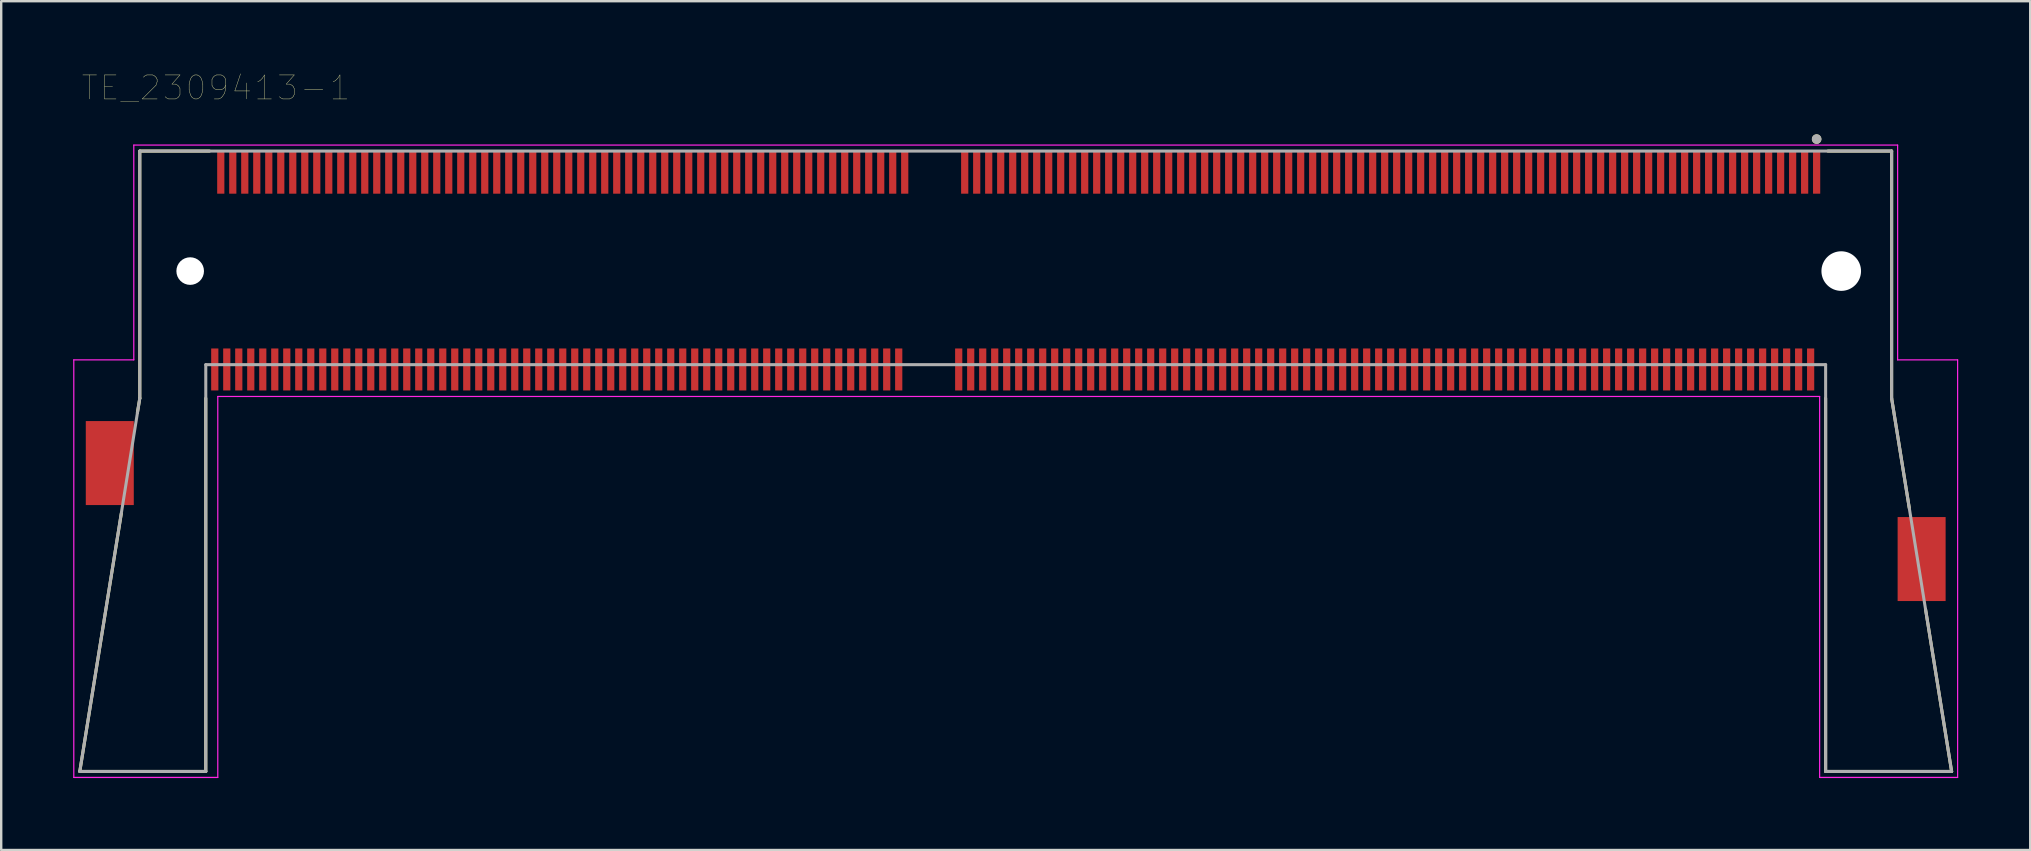
<source format=kicad_pcb>
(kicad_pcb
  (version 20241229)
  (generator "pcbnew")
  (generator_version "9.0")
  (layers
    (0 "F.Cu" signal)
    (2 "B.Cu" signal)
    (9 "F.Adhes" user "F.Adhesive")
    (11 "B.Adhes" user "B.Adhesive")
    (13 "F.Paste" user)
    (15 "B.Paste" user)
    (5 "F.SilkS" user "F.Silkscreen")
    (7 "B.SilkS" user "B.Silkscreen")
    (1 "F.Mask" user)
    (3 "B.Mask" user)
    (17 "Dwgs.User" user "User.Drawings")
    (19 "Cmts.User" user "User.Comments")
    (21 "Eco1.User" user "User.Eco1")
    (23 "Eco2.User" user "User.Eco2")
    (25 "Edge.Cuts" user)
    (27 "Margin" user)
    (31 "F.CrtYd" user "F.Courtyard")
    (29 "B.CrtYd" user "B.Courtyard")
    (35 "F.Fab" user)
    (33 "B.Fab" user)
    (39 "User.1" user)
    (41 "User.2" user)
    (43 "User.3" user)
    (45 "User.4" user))
  (footprint "TE_2309413-1"
    (layer "F.Cu")
    (at 35.775 8.246)
    (property "Reference" "TE_2309413-1" (at -29.825 -7.635 0) (layer "F.SilkS") (effects (font (size 1 1) (thickness 0.015))))
    (attr through_hole)
    (fp_line (start -35.5 20.85) (end -33.77 10.105) (stroke (width 0.127) (type solid)) (layer "F.SilkS"))
    (fp_line (start -35.5 20.85) (end -30.25 20.85) (stroke (width 0.127) (type solid)) (layer "F.SilkS"))
    (fp_line (start -33 -5) (end -33 5.3) (stroke (width 0.127) (type solid)) (layer "F.SilkS"))
    (fp_line (start -33 5.3) (end -33.1 5.9) (stroke (width 0.127) (type solid)) (layer "F.SilkS"))
    (fp_line (start -30.25 20.85) (end -30.25 5.3) (stroke (width 0.127) (type solid)) (layer "F.SilkS"))
    (fp_line (start -30.095 -5) (end -33 -5) (stroke (width 0.127) (type solid)) (layer "F.SilkS"))
    (fp_line (start 37.25 5.3) (end 37.25 20.85) (stroke (width 0.127) (type solid)) (layer "F.SilkS"))
    (fp_line (start 37.25 20.85) (end 42.5 20.85) (stroke (width 0.127) (type solid)) (layer "F.SilkS"))
    (fp_line (start 40 -5) (end 37.345 -5) (stroke (width 0.127) (type solid)) (layer "F.SilkS"))
    (fp_line (start 40 5.3) (end 40 -5) (stroke (width 0.127) (type solid)) (layer "F.SilkS"))
    (fp_line (start 40 5.3) (end 40.735 9.87) (stroke (width 0.127) (type solid)) (layer "F.SilkS"))
    (fp_line (start 42.5 20.85) (end 41.415 14.1) (stroke (width 0.127) (type solid)) (layer "F.SilkS"))
    (fp_circle (center 36.875 -5.5) (end 36.975 -5.5) (stroke (width 0.2) (type solid)) (fill no) (layer "F.SilkS"))
    (fp_line (start -35.75 3.7) (end -33.25 3.7) (stroke (width 0.05) (type solid)) (layer "F.CrtYd"))
    (fp_line (start -35.75 21.1) (end -35.75 3.7) (stroke (width 0.05) (type solid)) (layer "F.CrtYd"))
    (fp_line (start -33.25 -5.25) (end 40.25 -5.25) (stroke (width 0.05) (type solid)) (layer "F.CrtYd"))
    (fp_line (start -33.25 3.7) (end -33.25 -5.25) (stroke (width 0.05) (type solid)) (layer "F.CrtYd"))
    (fp_line (start -29.75 5.225) (end -29.75 21.1) (stroke (width 0.05) (type solid)) (layer "F.CrtYd"))
    (fp_line (start -29.75 21.1) (end -35.75 21.1) (stroke (width 0.05) (type solid)) (layer "F.CrtYd"))
    (fp_line (start 37 5.225) (end -29.75 5.225) (stroke (width 0.05) (type solid)) (layer "F.CrtYd"))
    (fp_line (start 37 21.1) (end 37 5.225) (stroke (width 0.05) (type solid)) (layer "F.CrtYd"))
    (fp_line (start 40.25 -5.25) (end 40.25 3.7) (stroke (width 0.05) (type solid)) (layer "F.CrtYd"))
    (fp_line (start 40.25 3.7) (end 42.75 3.7) (stroke (width 0.05) (type solid)) (layer "F.CrtYd"))
    (fp_line (start 42.75 3.7) (end 42.75 21.1) (stroke (width 0.05) (type solid)) (layer "F.CrtYd"))
    (fp_line (start 42.75 21.1) (end 37 21.1) (stroke (width 0.05) (type solid)) (layer "F.CrtYd"))
    (fp_line (start -35.5 20.85) (end -30.25 20.85) (stroke (width 0.127) (type solid)) (layer "F.Fab"))
    (fp_line (start -33 -5) (end -33 5.3) (stroke (width 0.127) (type solid)) (layer "F.Fab"))
    (fp_line (start -33 5.3) (end -35.5 20.85) (stroke (width 0.127) (type solid)) (layer "F.Fab"))
    (fp_line (start -30.25 3.9) (end 37.25 3.9) (stroke (width 0.127) (type solid)) (layer "F.Fab"))
    (fp_line (start -30.25 20.85) (end -30.25 3.9) (stroke (width 0.127) (type solid)) (layer "F.Fab"))
    (fp_line (start 37.25 3.9) (end 37.25 20.85) (stroke (width 0.127) (type solid)) (layer "F.Fab"))
    (fp_line (start 37.25 20.85) (end 42.5 20.85) (stroke (width 0.127) (type solid)) (layer "F.Fab"))
    (fp_line (start 40 -5) (end -33 -5) (stroke (width 0.127) (type solid)) (layer "F.Fab"))
    (fp_line (start 40 5.3) (end 40 -5) (stroke (width 0.127) (type solid)) (layer "F.Fab"))
    (fp_line (start 42.5 20.85) (end 40 5.3) (stroke (width 0.127) (type solid)) (layer "F.Fab"))
    (fp_circle (center 36.875 -5.5) (end 36.975 -5.5) (stroke (width 0.2) (type solid)) (fill no) (layer "F.Fab"))
    (pad "" np_thru_hole circle (at -30.9 0) (size 1.15 1.15) (drill 1.15) (layers "*.Cu" "*.Mask"))
    (pad "" np_thru_hole circle (at 37.9 0) (size 1.65 1.65) (drill 1.65) (layers "*.Cu" "*.Mask"))
    (pad "1" smd rect (at 36.875 -4.1) (size 0.3 1.75) (layers "F.Cu" "F.Mask" "F.Paste"))
    (pad "2" smd rect (at 36.625 4.1) (size 0.3 1.75) (layers "F.Cu" "F.Mask" "F.Paste"))
    (pad "3" smd rect (at 36.375 -4.1) (size 0.3 1.75) (layers "F.Cu" "F.Mask" "F.Paste"))
    (pad "4" smd rect (at 36.125 4.1) (size 0.3 1.75) (layers "F.Cu" "F.Mask" "F.Paste"))
    (pad "5" smd rect (at 35.875 -4.1) (size 0.3 1.75) (layers "F.Cu" "F.Mask" "F.Paste"))
    (pad "6" smd rect (at 35.625 4.1) (size 0.3 1.75) (layers "F.Cu" "F.Mask" "F.Paste"))
    (pad "7" smd rect (at 35.375 -4.1) (size 0.3 1.75) (layers "F.Cu" "F.Mask" "F.Paste"))
    (pad "8" smd rect (at 35.125 4.1) (size 0.3 1.75) (layers "F.Cu" "F.Mask" "F.Paste"))
    (pad "9" smd rect (at 34.875 -4.1) (size 0.3 1.75) (layers "F.Cu" "F.Mask" "F.Paste"))
    (pad "10" smd rect (at 34.625 4.1) (size 0.3 1.75) (layers "F.Cu" "F.Mask" "F.Paste"))
    (pad "11" smd rect (at 34.375 -4.1) (size 0.3 1.75) (layers "F.Cu" "F.Mask" "F.Paste"))
    (pad "12" smd rect (at 34.125 4.1) (size 0.3 1.75) (layers "F.Cu" "F.Mask" "F.Paste"))
    (pad "13" smd rect (at 33.875 -4.1) (size 0.3 1.75) (layers "F.Cu" "F.Mask" "F.Paste"))
    (pad "14" smd rect (at 33.625 4.1) (size 0.3 1.75) (layers "F.Cu" "F.Mask" "F.Paste"))
    (pad "15" smd rect (at 33.375 -4.1) (size 0.3 1.75) (layers "F.Cu" "F.Mask" "F.Paste"))
    (pad "16" smd rect (at 33.125 4.1) (size 0.3 1.75) (layers "F.Cu" "F.Mask" "F.Paste"))
    (pad "17" smd rect (at 32.875 -4.1) (size 0.3 1.75) (layers "F.Cu" "F.Mask" "F.Paste"))
    (pad "18" smd rect (at 32.625 4.1) (size 0.3 1.75) (layers "F.Cu" "F.Mask" "F.Paste"))
    (pad "19" smd rect (at 32.375 -4.1) (size 0.3 1.75) (layers "F.Cu" "F.Mask" "F.Paste"))
    (pad "20" smd rect (at 32.125 4.1) (size 0.3 1.75) (layers "F.Cu" "F.Mask" "F.Paste"))
    (pad "21" smd rect (at 31.875 -4.1) (size 0.3 1.75) (layers "F.Cu" "F.Mask" "F.Paste"))
    (pad "22" smd rect (at 31.625 4.1) (size 0.3 1.75) (layers "F.Cu" "F.Mask" "F.Paste"))
    (pad "23" smd rect (at 31.375 -4.1) (size 0.3 1.75) (layers "F.Cu" "F.Mask" "F.Paste"))
    (pad "24" smd rect (at 31.125 4.1) (size 0.3 1.75) (layers "F.Cu" "F.Mask" "F.Paste"))
    (pad "25" smd rect (at 30.875 -4.1) (size 0.3 1.75) (layers "F.Cu" "F.Mask" "F.Paste"))
    (pad "26" smd rect (at 30.625 4.1) (size 0.3 1.75) (layers "F.Cu" "F.Mask" "F.Paste"))
    (pad "27" smd rect (at 30.375 -4.1) (size 0.3 1.75) (layers "F.Cu" "F.Mask" "F.Paste"))
    (pad "28" smd rect (at 30.125 4.1) (size 0.3 1.75) (layers "F.Cu" "F.Mask" "F.Paste"))
    (pad "29" smd rect (at 29.875 -4.1) (size 0.3 1.75) (layers "F.Cu" "F.Mask" "F.Paste"))
    (pad "30" smd rect (at 29.625 4.1) (size 0.3 1.75) (layers "F.Cu" "F.Mask" "F.Paste"))
    (pad "31" smd rect (at 29.375 -4.1) (size 0.3 1.75) (layers "F.Cu" "F.Mask" "F.Paste"))
    (pad "32" smd rect (at 29.125 4.1) (size 0.3 1.75) (layers "F.Cu" "F.Mask" "F.Paste"))
    (pad "33" smd rect (at 28.875 -4.1) (size 0.3 1.75) (layers "F.Cu" "F.Mask" "F.Paste"))
    (pad "34" smd rect (at 28.625 4.1) (size 0.3 1.75) (layers "F.Cu" "F.Mask" "F.Paste"))
    (pad "35" smd rect (at 28.375 -4.1) (size 0.3 1.75) (layers "F.Cu" "F.Mask" "F.Paste"))
    (pad "36" smd rect (at 28.125 4.1) (size 0.3 1.75) (layers "F.Cu" "F.Mask" "F.Paste"))
    (pad "37" smd rect (at 27.875 -4.1) (size 0.3 1.75) (layers "F.Cu" "F.Mask" "F.Paste"))
    (pad "38" smd rect (at 27.625 4.1) (size 0.3 1.75) (layers "F.Cu" "F.Mask" "F.Paste"))
    (pad "39" smd rect (at 27.375 -4.1) (size 0.3 1.75) (layers "F.Cu" "F.Mask" "F.Paste"))
    (pad "40" smd rect (at 27.125 4.1) (size 0.3 1.75) (layers "F.Cu" "F.Mask" "F.Paste"))
    (pad "41" smd rect (at 26.875 -4.1) (size 0.3 1.75) (layers "F.Cu" "F.Mask" "F.Paste"))
    (pad "42" smd rect (at 26.625 4.1) (size 0.3 1.75) (layers "F.Cu" "F.Mask" "F.Paste"))
    (pad "43" smd rect (at 26.375 -4.1) (size 0.3 1.75) (layers "F.Cu" "F.Mask" "F.Paste"))
    (pad "44" smd rect (at 26.125 4.1) (size 0.3 1.75) (layers "F.Cu" "F.Mask" "F.Paste"))
    (pad "45" smd rect (at 25.875 -4.1) (size 0.3 1.75) (layers "F.Cu" "F.Mask" "F.Paste"))
    (pad "46" smd rect (at 25.625 4.1) (size 0.3 1.75) (layers "F.Cu" "F.Mask" "F.Paste"))
    (pad "47" smd rect (at 25.375 -4.1) (size 0.3 1.75) (layers "F.Cu" "F.Mask" "F.Paste"))
    (pad "48" smd rect (at 25.125 4.1) (size 0.3 1.75) (layers "F.Cu" "F.Mask" "F.Paste"))
    (pad "49" smd rect (at 24.875 -4.1) (size 0.3 1.75) (layers "F.Cu" "F.Mask" "F.Paste"))
    (pad "50" smd rect (at 24.625 4.1) (size 0.3 1.75) (layers "F.Cu" "F.Mask" "F.Paste"))
    (pad "51" smd rect (at 24.375 -4.1) (size 0.3 1.75) (layers "F.Cu" "F.Mask" "F.Paste"))
    (pad "52" smd rect (at 24.125 4.1) (size 0.3 1.75) (layers "F.Cu" "F.Mask" "F.Paste"))
    (pad "53" smd rect (at 23.875 -4.1) (size 0.3 1.75) (layers "F.Cu" "F.Mask" "F.Paste"))
    (pad "54" smd rect (at 23.625 4.1) (size 0.3 1.75) (layers "F.Cu" "F.Mask" "F.Paste"))
    (pad "55" smd rect (at 23.375 -4.1) (size 0.3 1.75) (layers "F.Cu" "F.Mask" "F.Paste"))
    (pad "56" smd rect (at 23.125 4.1) (size 0.3 1.75) (layers "F.Cu" "F.Mask" "F.Paste"))
    (pad "57" smd rect (at 22.875 -4.1) (size 0.3 1.75) (layers "F.Cu" "F.Mask" "F.Paste"))
    (pad "58" smd rect (at 22.625 4.1) (size 0.3 1.75) (layers "F.Cu" "F.Mask" "F.Paste"))
    (pad "59" smd rect (at 22.375 -4.1) (size 0.3 1.75) (layers "F.Cu" "F.Mask" "F.Paste"))
    (pad "60" smd rect (at 22.125 4.1) (size 0.3 1.75) (layers "F.Cu" "F.Mask" "F.Paste"))
    (pad "61" smd rect (at 21.875 -4.1) (size 0.3 1.75) (layers "F.Cu" "F.Mask" "F.Paste"))
    (pad "62" smd rect (at 21.625 4.1) (size 0.3 1.75) (layers "F.Cu" "F.Mask" "F.Paste"))
    (pad "63" smd rect (at 21.375 -4.1) (size 0.3 1.75) (layers "F.Cu" "F.Mask" "F.Paste"))
    (pad "64" smd rect (at 21.125 4.1) (size 0.3 1.75) (layers "F.Cu" "F.Mask" "F.Paste"))
    (pad "65" smd rect (at 20.875 -4.1) (size 0.3 1.75) (layers "F.Cu" "F.Mask" "F.Paste"))
    (pad "66" smd rect (at 20.625 4.1) (size 0.3 1.75) (layers "F.Cu" "F.Mask" "F.Paste"))
    (pad "67" smd rect (at 20.375 -4.1) (size 0.3 1.75) (layers "F.Cu" "F.Mask" "F.Paste"))
    (pad "68" smd rect (at 20.125 4.1) (size 0.3 1.75) (layers "F.Cu" "F.Mask" "F.Paste"))
    (pad "69" smd rect (at 19.875 -4.1) (size 0.3 1.75) (layers "F.Cu" "F.Mask" "F.Paste"))
    (pad "70" smd rect (at 19.625 4.1) (size 0.3 1.75) (layers "F.Cu" "F.Mask" "F.Paste"))
    (pad "71" smd rect (at 19.375 -4.1) (size 0.3 1.75) (layers "F.Cu" "F.Mask" "F.Paste"))
    (pad "72" smd rect (at 19.125 4.1) (size 0.3 1.75) (layers "F.Cu" "F.Mask" "F.Paste"))
    (pad "73" smd rect (at 18.875 -4.1) (size 0.3 1.75) (layers "F.Cu" "F.Mask" "F.Paste"))
    (pad "74" smd rect (at 18.625 4.1) (size 0.3 1.75) (layers "F.Cu" "F.Mask" "F.Paste"))
    (pad "75" smd rect (at 18.375 -4.1) (size 0.3 1.75) (layers "F.Cu" "F.Mask" "F.Paste"))
    (pad "76" smd rect (at 18.125 4.1) (size 0.3 1.75) (layers "F.Cu" "F.Mask" "F.Paste"))
    (pad "77" smd rect (at 17.875 -4.1) (size 0.3 1.75) (layers "F.Cu" "F.Mask" "F.Paste"))
    (pad "78" smd rect (at 17.625 4.1) (size 0.3 1.75) (layers "F.Cu" "F.Mask" "F.Paste"))
    (pad "79" smd rect (at 17.375 -4.1) (size 0.3 1.75) (layers "F.Cu" "F.Mask" "F.Paste"))
    (pad "80" smd rect (at 17.125 4.1) (size 0.3 1.75) (layers "F.Cu" "F.Mask" "F.Paste"))
    (pad "81" smd rect (at 16.875 -4.1) (size 0.3 1.75) (layers "F.Cu" "F.Mask" "F.Paste"))
    (pad "82" smd rect (at 16.625 4.1) (size 0.3 1.75) (layers "F.Cu" "F.Mask" "F.Paste"))
    (pad "83" smd rect (at 16.375 -4.1) (size 0.3 1.75) (layers "F.Cu" "F.Mask" "F.Paste"))
    (pad "84" smd rect (at 16.125 4.1) (size 0.3 1.75) (layers "F.Cu" "F.Mask" "F.Paste"))
    (pad "85" smd rect (at 15.875 -4.1) (size 0.3 1.75) (layers "F.Cu" "F.Mask" "F.Paste"))
    (pad "86" smd rect (at 15.625 4.1) (size 0.3 1.75) (layers "F.Cu" "F.Mask" "F.Paste"))
    (pad "87" smd rect (at 15.375 -4.1) (size 0.3 1.75) (layers "F.Cu" "F.Mask" "F.Paste"))
    (pad "88" smd rect (at 15.125 4.1) (size 0.3 1.75) (layers "F.Cu" "F.Mask" "F.Paste"))
    (pad "89" smd rect (at 14.875 -4.1) (size 0.3 1.75) (layers "F.Cu" "F.Mask" "F.Paste"))
    (pad "90" smd rect (at 14.625 4.1) (size 0.3 1.75) (layers "F.Cu" "F.Mask" "F.Paste"))
    (pad "91" smd rect (at 14.375 -4.1) (size 0.3 1.75) (layers "F.Cu" "F.Mask" "F.Paste"))
    (pad "92" smd rect (at 14.125 4.1) (size 0.3 1.75) (layers "F.Cu" "F.Mask" "F.Paste"))
    (pad "93" smd rect (at 13.875 -4.1) (size 0.3 1.75) (layers "F.Cu" "F.Mask" "F.Paste"))
    (pad "94" smd rect (at 13.625 4.1) (size 0.3 1.75) (layers "F.Cu" "F.Mask" "F.Paste"))
    (pad "95" smd rect (at 13.375 -4.1) (size 0.3 1.75) (layers "F.Cu" "F.Mask" "F.Paste"))
    (pad "96" smd rect (at 13.125 4.1) (size 0.3 1.75) (layers "F.Cu" "F.Mask" "F.Paste"))
    (pad "97" smd rect (at 12.875 -4.1) (size 0.3 1.75) (layers "F.Cu" "F.Mask" "F.Paste"))
    (pad "98" smd rect (at 12.625 4.1) (size 0.3 1.75) (layers "F.Cu" "F.Mask" "F.Paste"))
    (pad "99" smd rect (at 12.375 -4.1) (size 0.3 1.75) (layers "F.Cu" "F.Mask" "F.Paste"))
    (pad "100" smd rect (at 12.125 4.1) (size 0.3 1.75) (layers "F.Cu" "F.Mask" "F.Paste"))
    (pad "101" smd rect (at 11.875 -4.1) (size 0.3 1.75) (layers "F.Cu" "F.Mask" "F.Paste"))
    (pad "102" smd rect (at 11.625 4.1) (size 0.3 1.75) (layers "F.Cu" "F.Mask" "F.Paste"))
    (pad "103" smd rect (at 11.375 -4.1) (size 0.3 1.75) (layers "F.Cu" "F.Mask" "F.Paste"))
    (pad "104" smd rect (at 11.125 4.1) (size 0.3 1.75) (layers "F.Cu" "F.Mask" "F.Paste"))
    (pad "105" smd rect (at 10.875 -4.1) (size 0.3 1.75) (layers "F.Cu" "F.Mask" "F.Paste"))
    (pad "106" smd rect (at 10.625 4.1) (size 0.3 1.75) (layers "F.Cu" "F.Mask" "F.Paste"))
    (pad "107" smd rect (at 10.375 -4.1) (size 0.3 1.75) (layers "F.Cu" "F.Mask" "F.Paste"))
    (pad "108" smd rect (at 10.125 4.1) (size 0.3 1.75) (layers "F.Cu" "F.Mask" "F.Paste"))
    (pad "109" smd rect (at 9.875 -4.1) (size 0.3 1.75) (layers "F.Cu" "F.Mask" "F.Paste"))
    (pad "110" smd rect (at 9.625 4.1) (size 0.3 1.75) (layers "F.Cu" "F.Mask" "F.Paste"))
    (pad "111" smd rect (at 9.375 -4.1) (size 0.3 1.75) (layers "F.Cu" "F.Mask" "F.Paste"))
    (pad "112" smd rect (at 9.125 4.1) (size 0.3 1.75) (layers "F.Cu" "F.Mask" "F.Paste"))
    (pad "113" smd rect (at 8.875 -4.1) (size 0.3 1.75) (layers "F.Cu" "F.Mask" "F.Paste"))
    (pad "114" smd rect (at 8.625 4.1) (size 0.3 1.75) (layers "F.Cu" "F.Mask" "F.Paste"))
    (pad "115" smd rect (at 8.375 -4.1) (size 0.3 1.75) (layers "F.Cu" "F.Mask" "F.Paste"))
    (pad "116" smd rect (at 8.125 4.1) (size 0.3 1.75) (layers "F.Cu" "F.Mask" "F.Paste"))
    (pad "117" smd rect (at 7.875 -4.1) (size 0.3 1.75) (layers "F.Cu" "F.Mask" "F.Paste"))
    (pad "118" smd rect (at 7.625 4.1) (size 0.3 1.75) (layers "F.Cu" "F.Mask" "F.Paste"))
    (pad "119" smd rect (at 7.375 -4.1) (size 0.3 1.75) (layers "F.Cu" "F.Mask" "F.Paste"))
    (pad "120" smd rect (at 7.125 4.1) (size 0.3 1.75) (layers "F.Cu" "F.Mask" "F.Paste"))
    (pad "121" smd rect (at 6.875 -4.1) (size 0.3 1.75) (layers "F.Cu" "F.Mask" "F.Paste"))
    (pad "122" smd rect (at 6.625 4.1) (size 0.3 1.75) (layers "F.Cu" "F.Mask" "F.Paste"))
    (pad "123" smd rect (at 6.375 -4.1) (size 0.3 1.75) (layers "F.Cu" "F.Mask" "F.Paste"))
    (pad "124" smd rect (at 6.125 4.1) (size 0.3 1.75) (layers "F.Cu" "F.Mask" "F.Paste"))
    (pad "125" smd rect (at 5.875 -4.1) (size 0.3 1.75) (layers "F.Cu" "F.Mask" "F.Paste"))
    (pad "126" smd rect (at 5.625 4.1) (size 0.3 1.75) (layers "F.Cu" "F.Mask" "F.Paste"))
    (pad "127" smd rect (at 5.375 -4.1) (size 0.3 1.75) (layers "F.Cu" "F.Mask" "F.Paste"))
    (pad "128" smd rect (at 5.125 4.1) (size 0.3 1.75) (layers "F.Cu" "F.Mask" "F.Paste"))
    (pad "129" smd rect (at 4.875 -4.1) (size 0.3 1.75) (layers "F.Cu" "F.Mask" "F.Paste"))
    (pad "130" smd rect (at 4.625 4.1) (size 0.3 1.75) (layers "F.Cu" "F.Mask" "F.Paste"))
    (pad "131" smd rect (at 4.375 -4.1) (size 0.3 1.75) (layers "F.Cu" "F.Mask" "F.Paste"))
    (pad "132" smd rect (at 4.125 4.1) (size 0.3 1.75) (layers "F.Cu" "F.Mask" "F.Paste"))
    (pad "133" smd rect (at 3.875 -4.1) (size 0.3 1.75) (layers "F.Cu" "F.Mask" "F.Paste"))
    (pad "134" smd rect (at 3.625 4.1) (size 0.3 1.75) (layers "F.Cu" "F.Mask" "F.Paste"))
    (pad "135" smd rect (at 3.375 -4.1) (size 0.3 1.75) (layers "F.Cu" "F.Mask" "F.Paste"))
    (pad "136" smd rect (at 3.125 4.1) (size 0.3 1.75) (layers "F.Cu" "F.Mask" "F.Paste"))
    (pad "137" smd rect (at 2.875 -4.1) (size 0.3 1.75) (layers "F.Cu" "F.Mask" "F.Paste"))
    (pad "138" smd rect (at 2.625 4.1) (size 0.3 1.75) (layers "F.Cu" "F.Mask" "F.Paste"))
    (pad "139" smd rect (at 2.375 -4.1) (size 0.3 1.75) (layers "F.Cu" "F.Mask" "F.Paste"))
    (pad "140" smd rect (at 2.125 4.1) (size 0.3 1.75) (layers "F.Cu" "F.Mask" "F.Paste"))
    (pad "141" smd rect (at 1.875 -4.1) (size 0.3 1.75) (layers "F.Cu" "F.Mask" "F.Paste"))
    (pad "142" smd rect (at 1.625 4.1) (size 0.3 1.75) (layers "F.Cu" "F.Mask" "F.Paste"))
    (pad "143" smd rect (at 1.375 -4.1) (size 0.3 1.75) (layers "F.Cu" "F.Mask" "F.Paste"))
    (pad "144" smd rect (at 1.125 4.1) (size 0.3 1.75) (layers "F.Cu" "F.Mask" "F.Paste"))
    (pad "145" smd rect (at -1.125 -4.1) (size 0.3 1.75) (layers "F.Cu" "F.Mask" "F.Paste"))
    (pad "146" smd rect (at -1.375 4.1) (size 0.3 1.75) (layers "F.Cu" "F.Mask" "F.Paste"))
    (pad "147" smd rect (at -1.625 -4.1) (size 0.3 1.75) (layers "F.Cu" "F.Mask" "F.Paste"))
    (pad "148" smd rect (at -1.875 4.1) (size 0.3 1.75) (layers "F.Cu" "F.Mask" "F.Paste"))
    (pad "149" smd rect (at -2.125 -4.1) (size 0.3 1.75) (layers "F.Cu" "F.Mask" "F.Paste"))
    (pad "150" smd rect (at -2.375 4.1) (size 0.3 1.75) (layers "F.Cu" "F.Mask" "F.Paste"))
    (pad "151" smd rect (at -2.625 -4.1) (size 0.3 1.75) (layers "F.Cu" "F.Mask" "F.Paste"))
    (pad "152" smd rect (at -2.875 4.1) (size 0.3 1.75) (layers "F.Cu" "F.Mask" "F.Paste"))
    (pad "153" smd rect (at -3.125 -4.1) (size 0.3 1.75) (layers "F.Cu" "F.Mask" "F.Paste"))
    (pad "154" smd rect (at -3.375 4.1) (size 0.3 1.75) (layers "F.Cu" "F.Mask" "F.Paste"))
    (pad "155" smd rect (at -3.625 -4.1) (size 0.3 1.75) (layers "F.Cu" "F.Mask" "F.Paste"))
    (pad "156" smd rect (at -3.875 4.1) (size 0.3 1.75) (layers "F.Cu" "F.Mask" "F.Paste"))
    (pad "157" smd rect (at -4.125 -4.1) (size 0.3 1.75) (layers "F.Cu" "F.Mask" "F.Paste"))
    (pad "158" smd rect (at -4.375 4.1) (size 0.3 1.75) (layers "F.Cu" "F.Mask" "F.Paste"))
    (pad "159" smd rect (at -4.625 -4.1) (size 0.3 1.75) (layers "F.Cu" "F.Mask" "F.Paste"))
    (pad "160" smd rect (at -4.875 4.1) (size 0.3 1.75) (layers "F.Cu" "F.Mask" "F.Paste"))
    (pad "161" smd rect (at -5.125 -4.1) (size 0.3 1.75) (layers "F.Cu" "F.Mask" "F.Paste"))
    (pad "162" smd rect (at -5.375 4.1) (size 0.3 1.75) (layers "F.Cu" "F.Mask" "F.Paste"))
    (pad "163" smd rect (at -5.625 -4.1) (size 0.3 1.75) (layers "F.Cu" "F.Mask" "F.Paste"))
    (pad "164" smd rect (at -5.875 4.1) (size 0.3 1.75) (layers "F.Cu" "F.Mask" "F.Paste"))
    (pad "165" smd rect (at -6.125 -4.1) (size 0.3 1.75) (layers "F.Cu" "F.Mask" "F.Paste"))
    (pad "166" smd rect (at -6.375 4.1) (size 0.3 1.75) (layers "F.Cu" "F.Mask" "F.Paste"))
    (pad "167" smd rect (at -6.625 -4.1) (size 0.3 1.75) (layers "F.Cu" "F.Mask" "F.Paste"))
    (pad "168" smd rect (at -6.875 4.1) (size 0.3 1.75) (layers "F.Cu" "F.Mask" "F.Paste"))
    (pad "169" smd rect (at -7.125 -4.1) (size 0.3 1.75) (layers "F.Cu" "F.Mask" "F.Paste"))
    (pad "170" smd rect (at -7.375 4.1) (size 0.3 1.75) (layers "F.Cu" "F.Mask" "F.Paste"))
    (pad "171" smd rect (at -7.625 -4.1) (size 0.3 1.75) (layers "F.Cu" "F.Mask" "F.Paste"))
    (pad "172" smd rect (at -7.875 4.1) (size 0.3 1.75) (layers "F.Cu" "F.Mask" "F.Paste"))
    (pad "173" smd rect (at -8.125 -4.1) (size 0.3 1.75) (layers "F.Cu" "F.Mask" "F.Paste"))
    (pad "174" smd rect (at -8.375 4.1) (size 0.3 1.75) (layers "F.Cu" "F.Mask" "F.Paste"))
    (pad "175" smd rect (at -8.625 -4.1) (size 0.3 1.75) (layers "F.Cu" "F.Mask" "F.Paste"))
    (pad "176" smd rect (at -8.875 4.1) (size 0.3 1.75) (layers "F.Cu" "F.Mask" "F.Paste"))
    (pad "177" smd rect (at -9.125 -4.1) (size 0.3 1.75) (layers "F.Cu" "F.Mask" "F.Paste"))
    (pad "178" smd rect (at -9.375 4.1) (size 0.3 1.75) (layers "F.Cu" "F.Mask" "F.Paste"))
    (pad "179" smd rect (at -9.625 -4.1) (size 0.3 1.75) (layers "F.Cu" "F.Mask" "F.Paste"))
    (pad "180" smd rect (at -9.875 4.1) (size 0.3 1.75) (layers "F.Cu" "F.Mask" "F.Paste"))
    (pad "181" smd rect (at -10.125 -4.1) (size 0.3 1.75) (layers "F.Cu" "F.Mask" "F.Paste"))
    (pad "182" smd rect (at -10.375 4.1) (size 0.3 1.75) (layers "F.Cu" "F.Mask" "F.Paste"))
    (pad "183" smd rect (at -10.625 -4.1) (size 0.3 1.75) (layers "F.Cu" "F.Mask" "F.Paste"))
    (pad "184" smd rect (at -10.875 4.1) (size 0.3 1.75) (layers "F.Cu" "F.Mask" "F.Paste"))
    (pad "185" smd rect (at -11.125 -4.1) (size 0.3 1.75) (layers "F.Cu" "F.Mask" "F.Paste"))
    (pad "186" smd rect (at -11.375 4.1) (size 0.3 1.75) (layers "F.Cu" "F.Mask" "F.Paste"))
    (pad "187" smd rect (at -11.625 -4.1) (size 0.3 1.75) (layers "F.Cu" "F.Mask" "F.Paste"))
    (pad "188" smd rect (at -11.875 4.1) (size 0.3 1.75) (layers "F.Cu" "F.Mask" "F.Paste"))
    (pad "189" smd rect (at -12.125 -4.1) (size 0.3 1.75) (layers "F.Cu" "F.Mask" "F.Paste"))
    (pad "190" smd rect (at -12.375 4.1) (size 0.3 1.75) (layers "F.Cu" "F.Mask" "F.Paste"))
    (pad "191" smd rect (at -12.625 -4.1) (size 0.3 1.75) (layers "F.Cu" "F.Mask" "F.Paste"))
    (pad "192" smd rect (at -12.875 4.1) (size 0.3 1.75) (layers "F.Cu" "F.Mask" "F.Paste"))
    (pad "193" smd rect (at -13.125 -4.1) (size 0.3 1.75) (layers "F.Cu" "F.Mask" "F.Paste"))
    (pad "194" smd rect (at -13.375 4.1) (size 0.3 1.75) (layers "F.Cu" "F.Mask" "F.Paste"))
    (pad "195" smd rect (at -13.625 -4.1) (size 0.3 1.75) (layers "F.Cu" "F.Mask" "F.Paste"))
    (pad "196" smd rect (at -13.875 4.1) (size 0.3 1.75) (layers "F.Cu" "F.Mask" "F.Paste"))
    (pad "197" smd rect (at -14.125 -4.1) (size 0.3 1.75) (layers "F.Cu" "F.Mask" "F.Paste"))
    (pad "198" smd rect (at -14.375 4.1) (size 0.3 1.75) (layers "F.Cu" "F.Mask" "F.Paste"))
    (pad "199" smd rect (at -14.625 -4.1) (size 0.3 1.75) (layers "F.Cu" "F.Mask" "F.Paste"))
    (pad "200" smd rect (at -14.875 4.1) (size 0.3 1.75) (layers "F.Cu" "F.Mask" "F.Paste"))
    (pad "201" smd rect (at -15.125 -4.1) (size 0.3 1.75) (layers "F.Cu" "F.Mask" "F.Paste"))
    (pad "202" smd rect (at -15.375 4.1) (size 0.3 1.75) (layers "F.Cu" "F.Mask" "F.Paste"))
    (pad "203" smd rect (at -15.625 -4.1) (size 0.3 1.75) (layers "F.Cu" "F.Mask" "F.Paste"))
    (pad "204" smd rect (at -15.875 4.1) (size 0.3 1.75) (layers "F.Cu" "F.Mask" "F.Paste"))
    (pad "205" smd rect (at -16.125 -4.1) (size 0.3 1.75) (layers "F.Cu" "F.Mask" "F.Paste"))
    (pad "206" smd rect (at -16.375 4.1) (size 0.3 1.75) (layers "F.Cu" "F.Mask" "F.Paste"))
    (pad "207" smd rect (at -16.625 -4.1) (size 0.3 1.75) (layers "F.Cu" "F.Mask" "F.Paste"))
    (pad "208" smd rect (at -16.875 4.1) (size 0.3 1.75) (layers "F.Cu" "F.Mask" "F.Paste"))
    (pad "209" smd rect (at -17.125 -4.1) (size 0.3 1.75) (layers "F.Cu" "F.Mask" "F.Paste"))
    (pad "210" smd rect (at -17.375 4.1) (size 0.3 1.75) (layers "F.Cu" "F.Mask" "F.Paste"))
    (pad "211" smd rect (at -17.625 -4.1) (size 0.3 1.75) (layers "F.Cu" "F.Mask" "F.Paste"))
    (pad "212" smd rect (at -17.875 4.1) (size 0.3 1.75) (layers "F.Cu" "F.Mask" "F.Paste"))
    (pad "213" smd rect (at -18.125 -4.1) (size 0.3 1.75) (layers "F.Cu" "F.Mask" "F.Paste"))
    (pad "214" smd rect (at -18.375 4.1) (size 0.3 1.75) (layers "F.Cu" "F.Mask" "F.Paste"))
    (pad "215" smd rect (at -18.625 -4.1) (size 0.3 1.75) (layers "F.Cu" "F.Mask" "F.Paste"))
    (pad "216" smd rect (at -18.875 4.1) (size 0.3 1.75) (layers "F.Cu" "F.Mask" "F.Paste"))
    (pad "217" smd rect (at -19.125 -4.1) (size 0.3 1.75) (layers "F.Cu" "F.Mask" "F.Paste"))
    (pad "218" smd rect (at -19.375 4.1) (size 0.3 1.75) (layers "F.Cu" "F.Mask" "F.Paste"))
    (pad "219" smd rect (at -19.625 -4.1) (size 0.3 1.75) (layers "F.Cu" "F.Mask" "F.Paste"))
    (pad "220" smd rect (at -19.875 4.1) (size 0.3 1.75) (layers "F.Cu" "F.Mask" "F.Paste"))
    (pad "221" smd rect (at -20.125 -4.1) (size 0.3 1.75) (layers "F.Cu" "F.Mask" "F.Paste"))
    (pad "222" smd rect (at -20.375 4.1) (size 0.3 1.75) (layers "F.Cu" "F.Mask" "F.Paste"))
    (pad "223" smd rect (at -20.625 -4.1) (size 0.3 1.75) (layers "F.Cu" "F.Mask" "F.Paste"))
    (pad "224" smd rect (at -20.875 4.1) (size 0.3 1.75) (layers "F.Cu" "F.Mask" "F.Paste"))
    (pad "225" smd rect (at -21.125 -4.1) (size 0.3 1.75) (layers "F.Cu" "F.Mask" "F.Paste"))
    (pad "226" smd rect (at -21.375 4.1) (size 0.3 1.75) (layers "F.Cu" "F.Mask" "F.Paste"))
    (pad "227" smd rect (at -21.625 -4.1) (size 0.3 1.75) (layers "F.Cu" "F.Mask" "F.Paste"))
    (pad "228" smd rect (at -21.875 4.1) (size 0.3 1.75) (layers "F.Cu" "F.Mask" "F.Paste"))
    (pad "229" smd rect (at -22.125 -4.1) (size 0.3 1.75) (layers "F.Cu" "F.Mask" "F.Paste"))
    (pad "230" smd rect (at -22.375 4.1) (size 0.3 1.75) (layers "F.Cu" "F.Mask" "F.Paste"))
    (pad "231" smd rect (at -22.625 -4.1) (size 0.3 1.75) (layers "F.Cu" "F.Mask" "F.Paste"))
    (pad "232" smd rect (at -22.875 4.1) (size 0.3 1.75) (layers "F.Cu" "F.Mask" "F.Paste"))
    (pad "233" smd rect (at -23.125 -4.1) (size 0.3 1.75) (layers "F.Cu" "F.Mask" "F.Paste"))
    (pad "234" smd rect (at -23.375 4.1) (size 0.3 1.75) (layers "F.Cu" "F.Mask" "F.Paste"))
    (pad "235" smd rect (at -23.625 -4.1) (size 0.3 1.75) (layers "F.Cu" "F.Mask" "F.Paste"))
    (pad "236" smd rect (at -23.875 4.1) (size 0.3 1.75) (layers "F.Cu" "F.Mask" "F.Paste"))
    (pad "237" smd rect (at -24.125 -4.1) (size 0.3 1.75) (layers "F.Cu" "F.Mask" "F.Paste"))
    (pad "238" smd rect (at -24.375 4.1) (size 0.3 1.75) (layers "F.Cu" "F.Mask" "F.Paste"))
    (pad "239" smd rect (at -24.625 -4.1) (size 0.3 1.75) (layers "F.Cu" "F.Mask" "F.Paste"))
    (pad "240" smd rect (at -24.875 4.1) (size 0.3 1.75) (layers "F.Cu" "F.Mask" "F.Paste"))
    (pad "241" smd rect (at -25.125 -4.1) (size 0.3 1.75) (layers "F.Cu" "F.Mask" "F.Paste"))
    (pad "242" smd rect (at -25.375 4.1) (size 0.3 1.75) (layers "F.Cu" "F.Mask" "F.Paste"))
    (pad "243" smd rect (at -25.625 -4.1) (size 0.3 1.75) (layers "F.Cu" "F.Mask" "F.Paste"))
    (pad "244" smd rect (at -25.875 4.1) (size 0.3 1.75) (layers "F.Cu" "F.Mask" "F.Paste"))
    (pad "245" smd rect (at -26.125 -4.1) (size 0.3 1.75) (layers "F.Cu" "F.Mask" "F.Paste"))
    (pad "246" smd rect (at -26.375 4.1) (size 0.3 1.75) (layers "F.Cu" "F.Mask" "F.Paste"))
    (pad "247" smd rect (at -26.625 -4.1) (size 0.3 1.75) (layers "F.Cu" "F.Mask" "F.Paste"))
    (pad "248" smd rect (at -26.875 4.1) (size 0.3 1.75) (layers "F.Cu" "F.Mask" "F.Paste"))
    (pad "249" smd rect (at -27.125 -4.1) (size 0.3 1.75) (layers "F.Cu" "F.Mask" "F.Paste"))
    (pad "250" smd rect (at -27.375 4.1) (size 0.3 1.75) (layers "F.Cu" "F.Mask" "F.Paste"))
    (pad "251" smd rect (at -27.625 -4.1) (size 0.3 1.75) (layers "F.Cu" "F.Mask" "F.Paste"))
    (pad "252" smd rect (at -27.875 4.1) (size 0.3 1.75) (layers "F.Cu" "F.Mask" "F.Paste"))
    (pad "253" smd rect (at -28.125 -4.1) (size 0.3 1.75) (layers "F.Cu" "F.Mask" "F.Paste"))
    (pad "254" smd rect (at -28.375 4.1) (size 0.3 1.75) (layers "F.Cu" "F.Mask" "F.Paste"))
    (pad "255" smd rect (at -28.625 -4.1) (size 0.3 1.75) (layers "F.Cu" "F.Mask" "F.Paste"))
    (pad "256" smd rect (at -28.875 4.1) (size 0.3 1.75) (layers "F.Cu" "F.Mask" "F.Paste"))
    (pad "257" smd rect (at -29.125 -4.1) (size 0.3 1.75) (layers "F.Cu" "F.Mask" "F.Paste"))
    (pad "258" smd rect (at -29.375 4.1) (size 0.3 1.75) (layers "F.Cu" "F.Mask" "F.Paste"))
    (pad "259" smd rect (at -29.625 -4.1) (size 0.3 1.75) (layers "F.Cu" "F.Mask" "F.Paste"))
    (pad "260" smd rect (at -29.875 4.1) (size 0.3 1.75) (layers "F.Cu" "F.Mask" "F.Paste"))
    (pad "S1" smd rect (at 41.25 12) (size 2 3.5) (layers "F.Cu" "F.Mask" "F.Paste"))
    (pad "S2" smd rect (at -34.25 8) (size 2 3.5) (layers "F.Cu" "F.Mask" "F.Paste")))
  (gr_rect
    (start -3 -3)
    (end 81.55 32.371)
    (stroke (width 0.1) (type default))
    (fill no)
    (layer "Edge.Cuts")))
</source>
